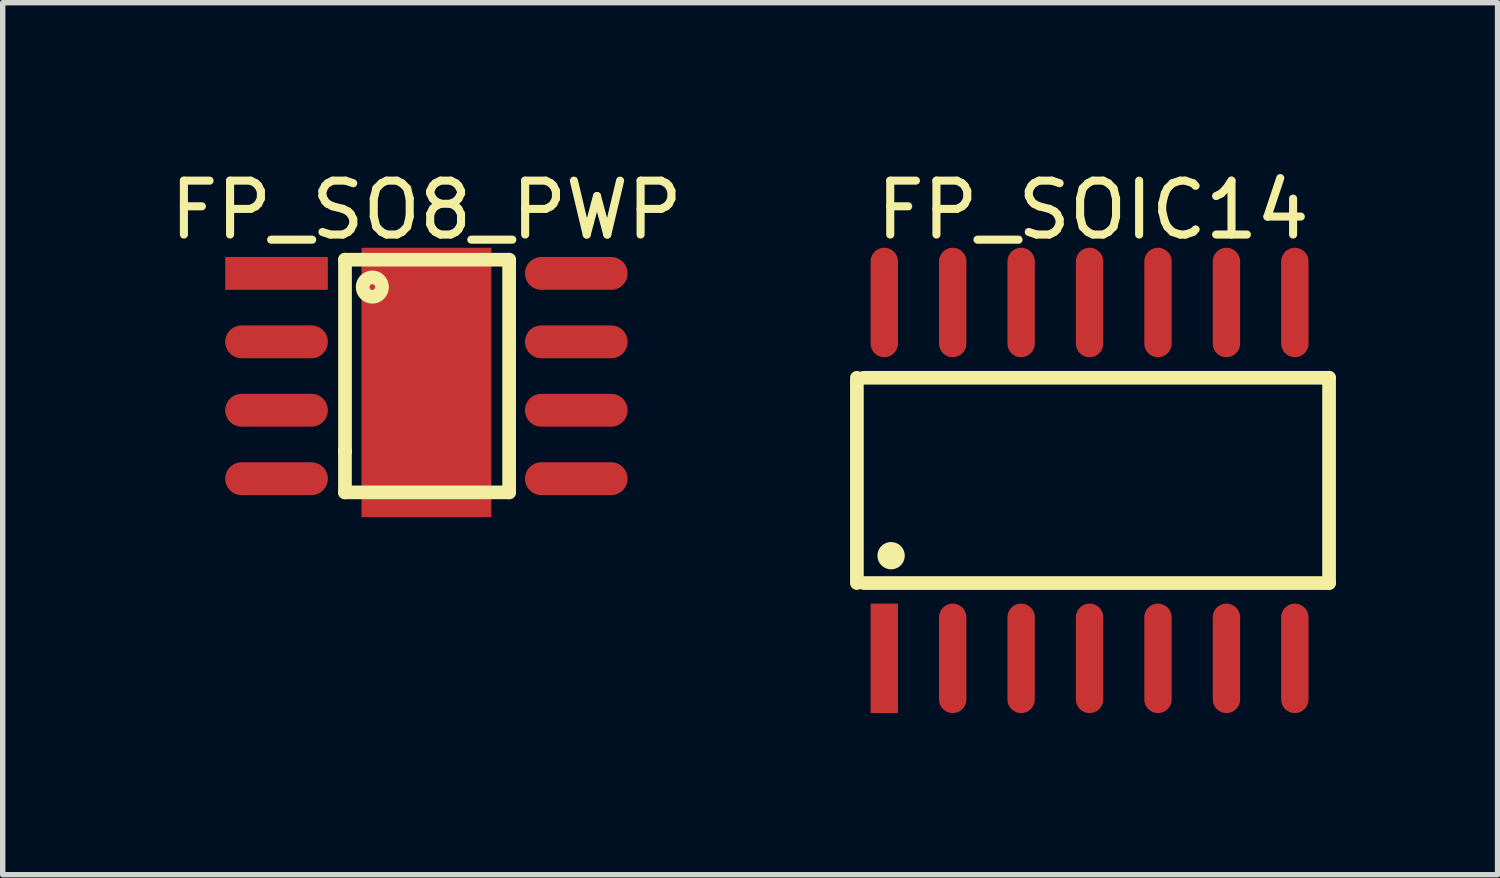
<source format=kicad_pcb>
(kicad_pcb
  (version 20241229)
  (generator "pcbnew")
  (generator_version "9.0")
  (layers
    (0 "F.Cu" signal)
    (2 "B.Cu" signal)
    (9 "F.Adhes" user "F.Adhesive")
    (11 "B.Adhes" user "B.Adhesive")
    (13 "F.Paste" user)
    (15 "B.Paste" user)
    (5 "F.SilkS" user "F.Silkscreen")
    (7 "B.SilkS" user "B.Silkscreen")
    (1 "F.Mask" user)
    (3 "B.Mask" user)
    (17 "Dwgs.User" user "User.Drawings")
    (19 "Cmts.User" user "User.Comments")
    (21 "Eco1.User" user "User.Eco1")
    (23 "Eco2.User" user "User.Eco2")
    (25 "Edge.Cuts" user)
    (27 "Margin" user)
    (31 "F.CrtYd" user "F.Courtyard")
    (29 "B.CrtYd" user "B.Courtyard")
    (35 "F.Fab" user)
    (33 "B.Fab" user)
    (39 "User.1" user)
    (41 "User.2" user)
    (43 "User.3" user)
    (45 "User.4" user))
  (footprint "FP_SO8_PWP"
    (layer "F.Cu")
    (at 2.082 2.024)
    (property "Reference" "FP_SO8_PWP" (at 2.781 -1.176 0) (layer "F.SilkS") (effects (font (size 1 1) (thickness 0.15))))
    (fp_line (start 1.27 3.302) (end 1.271 3.301) (stroke (width 0.254) (type solid)) (layer "F.SilkS"))
    (fp_line (start 1.27 4.064) (end 1.27 3.302) (stroke (width 0.254) (type solid)) (layer "F.SilkS"))
    (fp_line (start 1.27 4.064) (end 4.317 4.064) (stroke (width 0.254) (type solid)) (layer "F.SilkS"))
    (fp_line (start 1.271 -0.254) (end 4.317 -0.254) (stroke (width 0.254) (type solid)) (layer "F.SilkS"))
    (fp_line (start 1.271 3.301) (end 1.271 -0.254) (stroke (width 0.254) (type solid)) (layer "F.SilkS"))
    (fp_line (start 4.317 4.064) (end 4.317 -0.254) (stroke (width 0.254) (type solid)) (layer "F.SilkS"))
    (fp_circle (center 1.778 0.254) (end 1.778 0.074) (stroke (width 0.254) (type solid)) (fill no) (layer "F.SilkS"))
    (pad "1" smd rect (at 0 0) (size 1.905 0.61) (layers "F.Cu" "F.Mask" "F.Paste"))
    (pad "2" smd oval (at 0 1.27) (size 1.905 0.61) (layers "F.Cu" "F.Mask" "F.Paste"))
    (pad "3" smd oval (at 0 2.54) (size 1.905 0.61) (layers "F.Cu" "F.Mask" "F.Paste"))
    (pad "4" smd oval (at 0 3.81) (size 1.905 0.61) (layers "F.Cu" "F.Mask" "F.Paste"))
    (pad "5" smd oval (at 5.563 3.81) (size 1.905 0.61) (layers "F.Cu" "F.Mask" "F.Paste"))
    (pad "6" smd rect (at 2.782 2.024) (size 2.41 5) (layers "F.Cu" "F.Mask" "F.Paste"))
    (pad "6" smd oval (at 5.563 2.54) (size 1.905 0.61) (layers "F.Cu" "F.Mask" "F.Paste"))
    (pad "7" smd oval (at 5.563 1.27) (size 1.905 0.61) (layers "F.Cu" "F.Mask" "F.Paste"))
    (pad "8" smd oval (at 5.563 0) (size 1.905 0.61) (layers "F.Cu" "F.Mask" "F.Paste")))
  (footprint "FP_SOIC14"
    (layer "F.Cu")
    (at 13.361 9.168)
    (property "Reference" "FP_SOIC14" (at 3.873 -8.32 0) (layer "F.SilkS") (effects (font (size 1 1) (thickness 0.15))))
    (fp_line (start -0.508 -1.397) (end -0.508 -5.207) (stroke (width 0.254) (type solid)) (layer "F.SilkS"))
    (fp_line (start -0.381 -5.207) (end 8.255 -5.207) (stroke (width 0.254) (type solid)) (layer "F.SilkS"))
    (fp_line (start -0.381 -1.397) (end 8.255 -1.397) (stroke (width 0.254) (type solid)) (layer "F.SilkS"))
    (fp_line (start 8.255 -1.397) (end 8.255 -5.207) (stroke (width 0.254) (type solid)) (layer "F.SilkS"))
    (fp_circle (center 0.127 -1.905) (end 0.127 -2.032) (stroke (width 0.254) (type solid)) (fill no) (layer "F.SilkS"))
    (pad "1" smd rect (at 0 0) (size 0.508 2.032) (layers "F.Cu" "F.Mask" "F.Paste"))
    (pad "2" smd oval (at 1.27 0) (size 0.508 2.032) (layers "F.Cu" "F.Mask" "F.Paste"))
    (pad "3" smd oval (at 2.54 0) (size 0.508 2.032) (layers "F.Cu" "F.Mask" "F.Paste"))
    (pad "4" smd oval (at 3.81 0) (size 0.508 2.032) (layers "F.Cu" "F.Mask" "F.Paste"))
    (pad "5" smd oval (at 5.08 0) (size 0.508 2.032) (layers "F.Cu" "F.Mask" "F.Paste"))
    (pad "6" smd oval (at 6.35 0) (size 0.508 2.032) (layers "F.Cu" "F.Mask" "F.Paste"))
    (pad "7" smd oval (at 7.62 0) (size 0.508 2.032) (layers "F.Cu" "F.Mask" "F.Paste"))
    (pad "8" smd oval (at 7.62 -6.604) (size 0.508 2.032) (layers "F.Cu" "F.Mask" "F.Paste"))
    (pad "9" smd oval (at 6.35 -6.604) (size 0.508 2.032) (layers "F.Cu" "F.Mask" "F.Paste"))
    (pad "10" smd oval (at 5.08 -6.604) (size 0.508 2.032) (layers "F.Cu" "F.Mask" "F.Paste"))
    (pad "11" smd oval (at 3.81 -6.604) (size 0.508 2.032) (layers "F.Cu" "F.Mask" "F.Paste"))
    (pad "12" smd oval (at 2.54 -6.604) (size 0.508 2.032) (layers "F.Cu" "F.Mask" "F.Paste"))
    (pad "13" smd oval (at 1.27 -6.604) (size 0.508 2.032) (layers "F.Cu" "F.Mask" "F.Paste"))
    (pad "14" smd oval (at 0 -6.604) (size 0.508 2.032) (layers "F.Cu" "F.Mask" "F.Paste")))
  (gr_rect
    (start -3 -3)
    (end 24.743 13.184)
    (stroke (width 0.1) (type default))
    (fill no)
    (layer "Edge.Cuts")))
</source>
